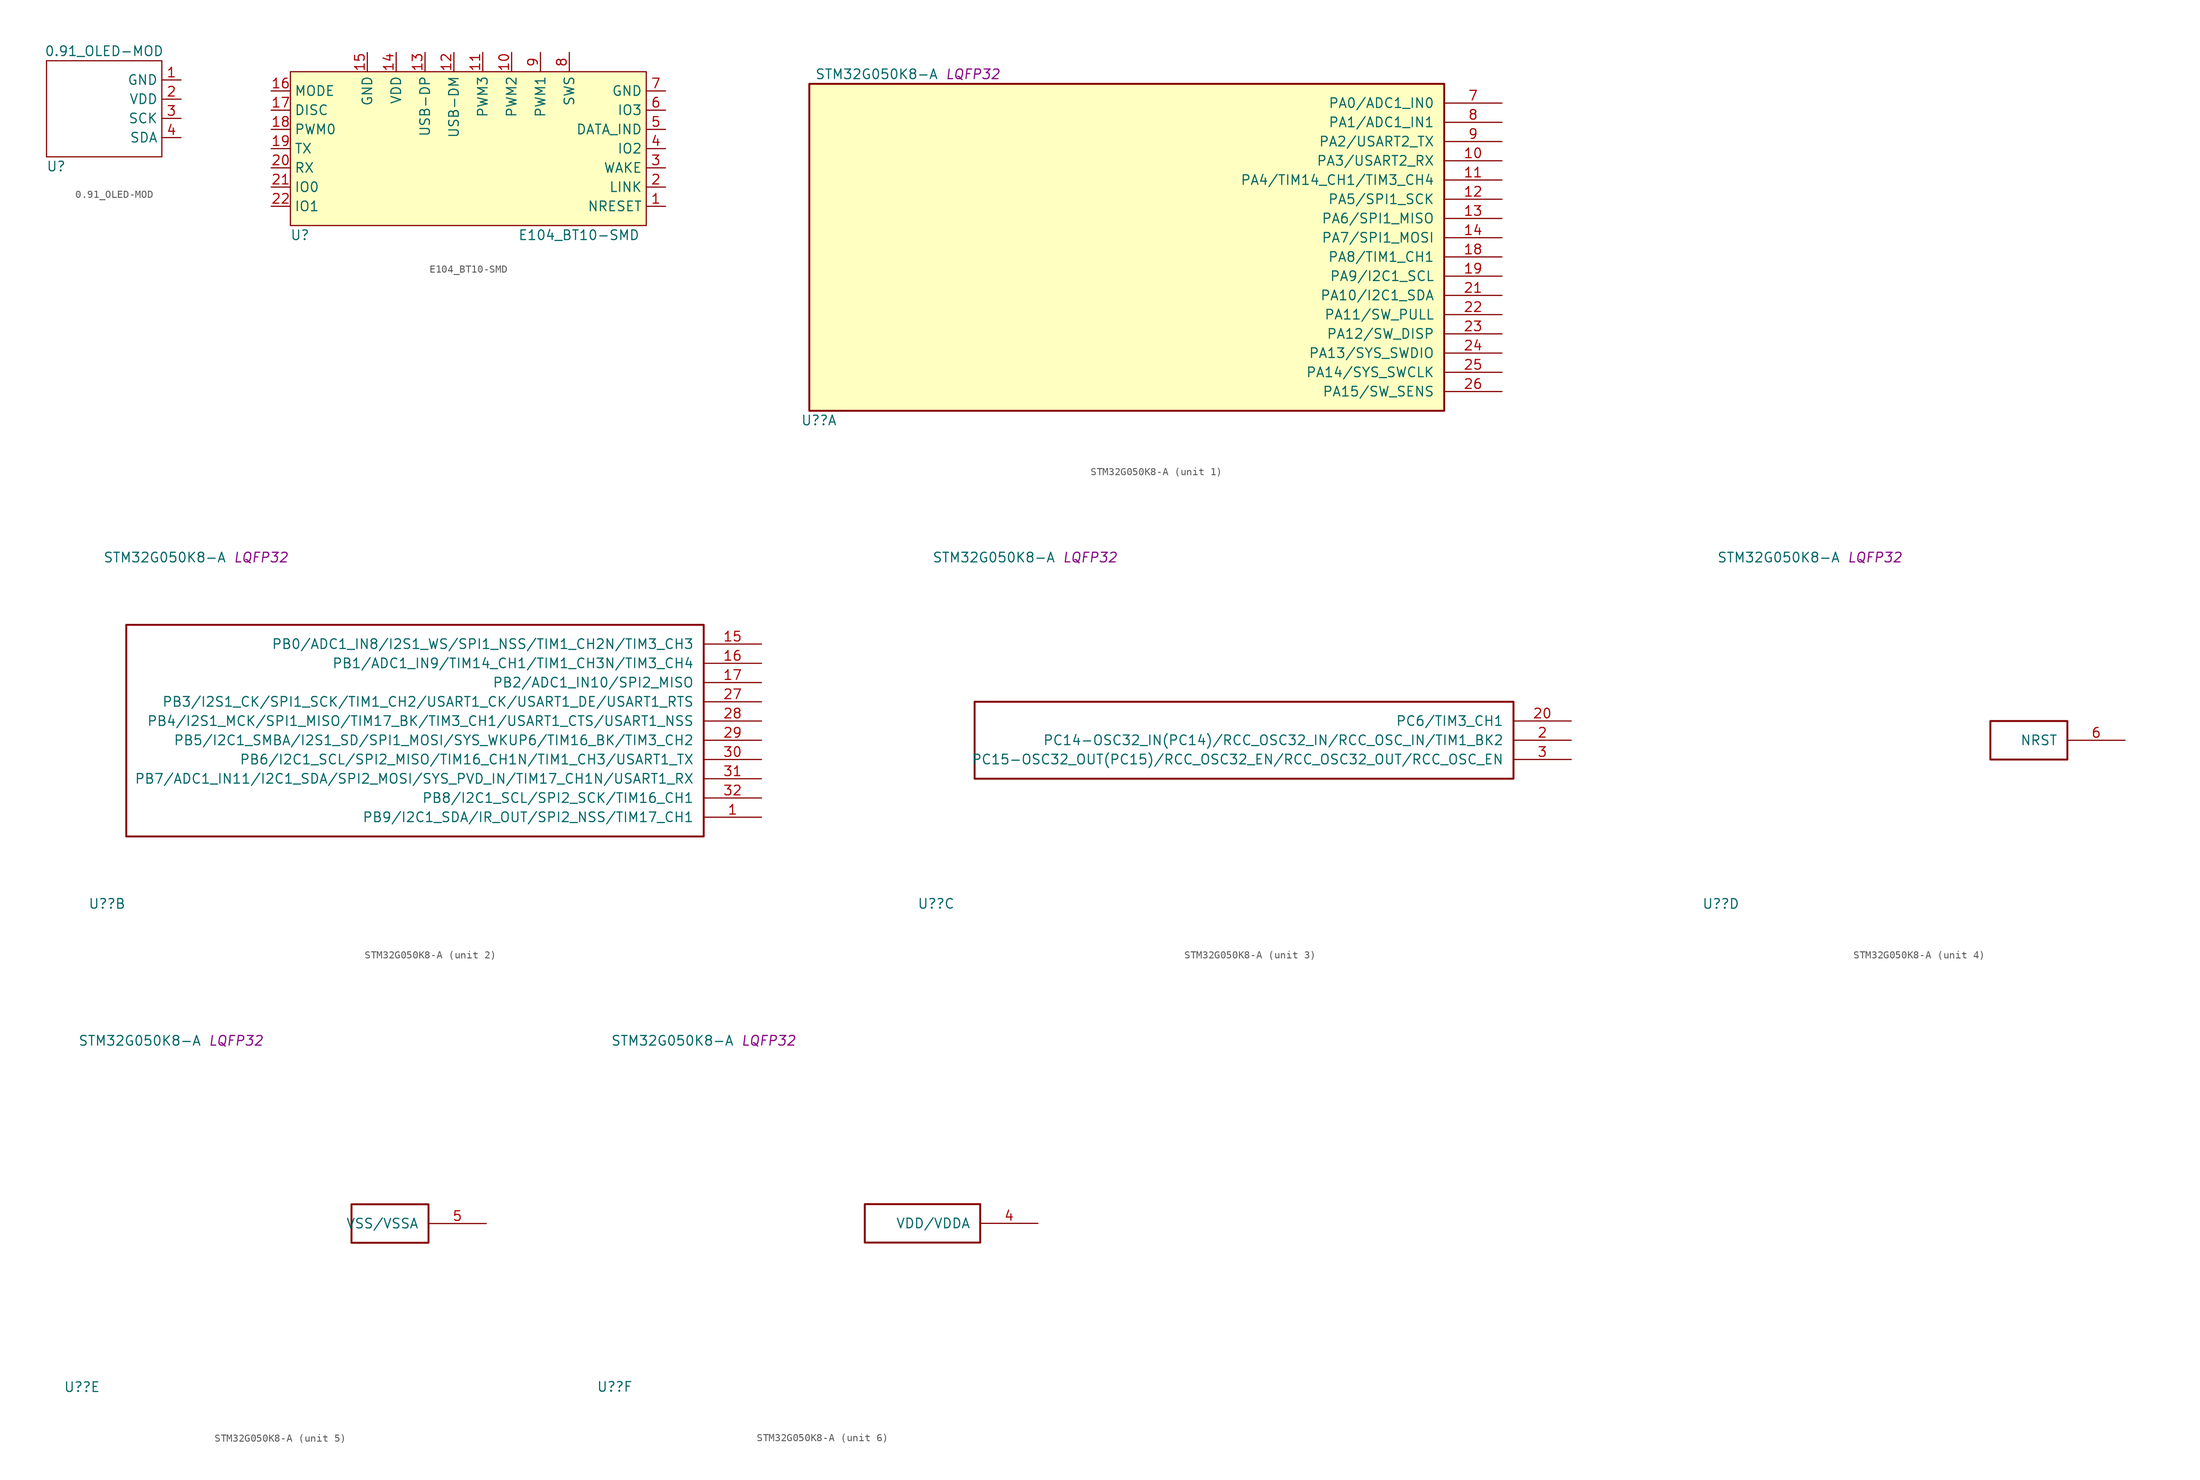
<source format=kicad_sym>
(kicad_symbol_lib
  (version 20211014)
  (generator kicad_symbol_editor)
  (symbol "0.91_OLED-MOD"
    (property "Reference" "U"
      (at -8.89 -8.89 0)
      (effects (font (size 1.27 1.27))))
    (property "Value" "0.91_OLED-MOD"
      (at -2.54 6.35 0)
      (effects (font (size 1.27 1.27))))
    (symbol "0.91_OLED-MOD_0_1"
      (rectangle (start -10.16 5.08) (end 5.08 -7.62) (stroke (width 0) (type default) (color 0 0 0 0)) (fill (type none))))
    (symbol "0.91_OLED-MOD_1_1"
      (pin power_in line (at 7.62 2.54 180) (length 2.54) (name "GND" (effects (font (size 1.27 1.27)))) (number "1" (effects (font (size 1.27 1.27)))))
      (pin power_in line (at 7.62 0 180) (length 2.54) (name "VDD" (effects (font (size 1.27 1.27)))) (number "2" (effects (font (size 1.27 1.27)))))
      (pin input line (at 7.62 -2.54 180) (length 2.54) (name "SCK" (effects (font (size 1.27 1.27)))) (number "3" (effects (font (size 1.27 1.27)))))
      (pin bidirectional line (at 7.62 -5.08 180) (length 2.54) (name "SDA" (effects (font (size 1.27 1.27)))) (number "4" (effects (font (size 1.27 1.27)))))))
  (symbol "E104_BT10-SMD"
    (property "Reference" "U"
      (at -21.59 -12.7 0)
      (effects (font (size 1.27 1.27))))
    (property "Value" "E104_BT10-SMD"
      (at 15.24 -12.7 0)
      (effects (font (size 1.27 1.27))))
    (symbol "E104_BT10-SMD_0_1"
      (rectangle (start -22.86 8.89) (end 24.13 -11.43) (stroke (width 0) (type default) (color 0 0 0 0)) (fill (type background))))
    (symbol "E104_BT10-SMD_1_1"
      (pin input line (at 26.67 -8.89 180) (length 2.54) (name "NRESET" (effects (font (size 1.27 1.27)))) (number "1" (effects (font (size 1.27 1.27)))))
      (pin output line (at 6.35 11.43 270) (length 2.54) (name "PWM2" (effects (font (size 1.27 1.27)))) (number "10" (effects (font (size 1.27 1.27)))))
      (pin output line (at 2.54 11.43 270) (length 2.54) (name "PWM3" (effects (font (size 1.27 1.27)))) (number "11" (effects (font (size 1.27 1.27)))))
      (pin bidirectional line (at -1.27 11.43 270) (length 2.54) (name "USB-DM" (effects (font (size 1.27 1.27)))) (number "12" (effects (font (size 1.27 1.27)))))
      (pin bidirectional line (at -5.08 11.43 270) (length 2.54) (name "USB-DP" (effects (font (size 1.27 1.27)))) (number "13" (effects (font (size 1.27 1.27)))))
      (pin power_in line (at -8.89 11.43 270) (length 2.54) (name "VDD" (effects (font (size 1.27 1.27)))) (number "14" (effects (font (size 1.27 1.27)))))
      (pin power_in line (at -12.7 11.43 270) (length 2.54) (name "GND" (effects (font (size 1.27 1.27)))) (number "15" (effects (font (size 1.27 1.27)))))
      (pin input line (at -25.4 6.35 0) (length 2.54) (name "MODE" (effects (font (size 1.27 1.27)))) (number "16" (effects (font (size 1.27 1.27)))))
      (pin bidirectional line (at -25.4 3.81 0) (length 2.54) (name "DISC" (effects (font (size 1.27 1.27)))) (number "17" (effects (font (size 1.27 1.27)))))
      (pin output line (at -25.4 1.27 0) (length 2.54) (name "PWM0" (effects (font (size 1.27 1.27)))) (number "18" (effects (font (size 1.27 1.27)))))
      (pin output line (at -25.4 -1.27 0) (length 2.54) (name "TX" (effects (font (size 1.27 1.27)))) (number "19" (effects (font (size 1.27 1.27)))))
      (pin output line (at 26.67 -6.35 180) (length 2.54) (name "LINK" (effects (font (size 1.27 1.27)))) (number "2" (effects (font (size 1.27 1.27)))))
      (pin input line (at -25.4 -3.81 0) (length 2.54) (name "RX" (effects (font (size 1.27 1.27)))) (number "20" (effects (font (size 1.27 1.27)))))
      (pin input line (at -25.4 -6.35 0) (length 2.54) (name "IO0" (effects (font (size 1.27 1.27)))) (number "21" (effects (font (size 1.27 1.27)))))
      (pin input line (at -25.4 -8.89 0) (length 2.54) (name "IO1" (effects (font (size 1.27 1.27)))) (number "22" (effects (font (size 1.27 1.27)))))
      (pin input line (at 26.67 -3.81 180) (length 2.54) (name "WAKE" (effects (font (size 1.27 1.27)))) (number "3" (effects (font (size 1.27 1.27)))))
      (pin output line (at 26.67 -1.27 180) (length 2.54) (name "IO2" (effects (font (size 1.27 1.27)))) (number "4" (effects (font (size 1.27 1.27)))))
      (pin output line (at 26.67 1.27 180) (length 2.54) (name "DATA_IND" (effects (font (size 1.27 1.27)))) (number "5" (effects (font (size 1.27 1.27)))))
      (pin output line (at 26.67 3.81 180) (length 2.54) (name "IO3" (effects (font (size 1.27 1.27)))) (number "6" (effects (font (size 1.27 1.27)))))
      (pin power_in line (at 26.67 6.35 180) (length 2.54) (name "GND" (effects (font (size 1.27 1.27)))) (number "7" (effects (font (size 1.27 1.27)))))
      (pin bidirectional line (at 13.97 11.43 270) (length 2.54) (name "SWS" (effects (font (size 1.27 1.27)))) (number "8" (effects (font (size 1.27 1.27)))))
      (pin output line (at 10.16 11.43 270) (length 2.54) (name "PWM1" (effects (font (size 1.27 1.27)))) (number "9" (effects (font (size 1.27 1.27)))))))
  (symbol "STM32G050K8-A"
    (pin_names
      (offset 1.27))
    (property "Reference" "U?"
      (at -40.64 -21.59 0)
      (effects (font (size 1.27 1.27))))
    (property "Value" "STM32G050K8-A"
      (at -33.02 24.13 0)
      (effects (font (size 1.27 1.27))))
    (property "Footprint" "LQFP32"
      (at -20.32 24.13 0)
      (effects (font (size 1.27 1.27) italic)))
    (property "Datasheet" ""
      (at 0 0 0)
      (effects (font (size 1.27 1.27))))
    (symbol "STM32G050K8-A_1_1"
      (rectangle (start -41.91 22.86) (end 41.91 -20.32) (stroke (width 0.254) (type default) (color 0 0 0 0)) (fill (type background)))
      (pin bidirectional line (at 49.53 12.7 180) (length 7.62) (name "PA3/USART2_RX" (effects (font (size 1.27 1.27)))) (number "10" (effects (font (size 1.27 1.27)))))
      (pin bidirectional line (at 49.53 10.16 180) (length 7.62) (name "PA4/TIM14_CH1/TIM3_CH4" (effects (font (size 1.27 1.27)))) (number "11" (effects (font (size 1.27 1.27)))))
      (pin bidirectional line (at 49.53 7.62 180) (length 7.62) (name "PA5/SPI1_SCK" (effects (font (size 1.27 1.27)))) (number "12" (effects (font (size 1.27 1.27)))))
      (pin bidirectional line (at 49.53 5.08 180) (length 7.62) (name "PA6/SPI1_MISO" (effects (font (size 1.27 1.27)))) (number "13" (effects (font (size 1.27 1.27)))))
      (pin bidirectional line (at 49.53 2.54 180) (length 7.62) (name "PA7/SPI1_MOSI" (effects (font (size 1.27 1.27)))) (number "14" (effects (font (size 1.27 1.27)))))
      (pin bidirectional line (at 49.53 0 180) (length 7.62) (name "PA8/TIM1_CH1" (effects (font (size 1.27 1.27)))) (number "18" (effects (font (size 1.27 1.27)))))
      (pin bidirectional line (at 49.53 -2.54 180) (length 7.62) (name "PA9/I2C1_SCL" (effects (font (size 1.27 1.27)))) (number "19" (effects (font (size 1.27 1.27)))))
      (pin bidirectional line (at 49.53 -5.08 180) (length 7.62) (name "PA10/I2C1_SDA" (effects (font (size 1.27 1.27)))) (number "21" (effects (font (size 1.27 1.27)))))
      (pin bidirectional line (at 49.53 -7.62 180) (length 7.62) (name "PA11/SW_PULL" (effects (font (size 1.27 1.27)))) (number "22" (effects (font (size 1.27 1.27)))))
      (pin bidirectional line (at 49.53 -10.16 180) (length 7.62) (name "PA12/SW_DISP" (effects (font (size 1.27 1.27)))) (number "23" (effects (font (size 1.27 1.27)))))
      (pin bidirectional line (at 49.53 -12.7 180) (length 7.62) (name "PA13/SYS_SWDIO" (effects (font (size 1.27 1.27)))) (number "24" (effects (font (size 1.27 1.27)))))
      (pin bidirectional line (at 49.53 -15.24 180) (length 7.62) (name "PA14/SYS_SWCLK" (effects (font (size 1.27 1.27)))) (number "25" (effects (font (size 1.27 1.27)))))
      (pin bidirectional line (at 49.53 -17.78 180) (length 7.62) (name "PA15/SW_SENS" (effects (font (size 1.27 1.27)))) (number "26" (effects (font (size 1.27 1.27)))))
      (pin bidirectional line (at 49.53 20.32 180) (length 7.62) (name "PA0/ADC1_IN0" (effects (font (size 1.27 1.27)))) (number "7" (effects (font (size 1.27 1.27)))))
      (pin bidirectional line (at 49.53 17.78 180) (length 7.62) (name "PA1/ADC1_IN1" (effects (font (size 1.27 1.27)))) (number "8" (effects (font (size 1.27 1.27)))))
      (pin bidirectional line (at 49.53 15.24 180) (length 7.62) (name "PA2/USART2_TX" (effects (font (size 1.27 1.27)))) (number "9" (effects (font (size 1.27 1.27))))))
    (symbol "STM32G050K8-A_2_1"
      (rectangle (start -38.1 15.24) (end 38.1 -12.7) (stroke (width 0.254) (type default) (color 0 0 0 0)) (fill (type none)))
      (pin bidirectional line (at 45.72 -10.16 180) (length 7.62) (name "PB9/I2C1_SDA/IR_OUT/SPI2_NSS/TIM17_CH1" (effects (font (size 1.27 1.27)))) (number "1" (effects (font (size 1.27 1.27)))))
      (pin bidirectional line (at 45.72 12.7 180) (length 7.62) (name "PB0/ADC1_IN8/I2S1_WS/SPI1_NSS/TIM1_CH2N/TIM3_CH3" (effects (font (size 1.27 1.27)))) (number "15" (effects (font (size 1.27 1.27)))))
      (pin bidirectional line (at 45.72 10.16 180) (length 7.62) (name "PB1/ADC1_IN9/TIM14_CH1/TIM1_CH3N/TIM3_CH4" (effects (font (size 1.27 1.27)))) (number "16" (effects (font (size 1.27 1.27)))))
      (pin bidirectional line (at 45.72 7.62 180) (length 7.62) (name "PB2/ADC1_IN10/SPI2_MISO" (effects (font (size 1.27 1.27)))) (number "17" (effects (font (size 1.27 1.27)))))
      (pin bidirectional line (at 45.72 5.08 180) (length 7.62) (name "PB3/I2S1_CK/SPI1_SCK/TIM1_CH2/USART1_CK/USART1_DE/USART1_RTS" (effects (font (size 1.27 1.27)))) (number "27" (effects (font (size 1.27 1.27)))))
      (pin bidirectional line (at 45.72 2.54 180) (length 7.62) (name "PB4/I2S1_MCK/SPI1_MISO/TIM17_BK/TIM3_CH1/USART1_CTS/USART1_NSS" (effects (font (size 1.27 1.27)))) (number "28" (effects (font (size 1.27 1.27)))))
      (pin bidirectional line (at 45.72 0 180) (length 7.62) (name "PB5/I2C1_SMBA/I2S1_SD/SPI1_MOSI/SYS_WKUP6/TIM16_BK/TIM3_CH2" (effects (font (size 1.27 1.27)))) (number "29" (effects (font (size 1.27 1.27)))))
      (pin bidirectional line (at 45.72 -2.54 180) (length 7.62) (name "PB6/I2C1_SCL/SPI2_MISO/TIM16_CH1N/TIM1_CH3/USART1_TX" (effects (font (size 1.27 1.27)))) (number "30" (effects (font (size 1.27 1.27)))))
      (pin bidirectional line (at 45.72 -5.08 180) (length 7.62) (name "PB7/ADC1_IN11/I2C1_SDA/SPI2_MOSI/SYS_PVD_IN/TIM17_CH1N/USART1_RX" (effects (font (size 1.27 1.27)))) (number "31" (effects (font (size 1.27 1.27)))))
      (pin bidirectional line (at 45.72 -7.62 180) (length 7.62) (name "PB8/I2C1_SCL/SPI2_SCK/TIM16_CH1" (effects (font (size 1.27 1.27)))) (number "32" (effects (font (size 1.27 1.27))))))
    (symbol "STM32G050K8-A_3_1"
      (rectangle (start -35.56 5.08) (end 35.56 -5.08) (stroke (width 0.254) (type default) (color 0 0 0 0)) (fill (type none)))
      (pin bidirectional line (at 43.18 0 180) (length 7.62) (name "PC14-OSC32_IN(PC14)/RCC_OSC32_IN/RCC_OSC_IN/TIM1_BK2" (effects (font (size 1.27 1.27)))) (number "2" (effects (font (size 1.27 1.27)))))
      (pin bidirectional line (at 43.18 2.54 180) (length 7.62) (name "PC6/TIM3_CH1" (effects (font (size 1.27 1.27)))) (number "20" (effects (font (size 1.27 1.27)))))
      (pin bidirectional line (at 43.18 -2.54 180) (length 7.62) (name "PC15-OSC32_OUT(PC15)/RCC_OSC32_EN/RCC_OSC32_OUT/RCC_OSC_EN" (effects (font (size 1.27 1.27)))) (number "3" (effects (font (size 1.27 1.27))))))
    (symbol "STM32G050K8-A_4_1"
      (rectangle (start -5.08 2.54) (end 5.08 -2.54) (stroke (width 0.254) (type default) (color 0 0 0 0)) (fill (type none)))
      (pin input line (at 12.7 0 180) (length 7.62) (name "NRST" (effects (font (size 1.27 1.27)))) (number "6" (effects (font (size 1.27 1.27))))))
    (symbol "STM32G050K8-A_5_1"
      (rectangle (start -5.08 2.54) (end 5.08 -2.54) (stroke (width 0.254) (type default) (color 0 0 0 0)) (fill (type none)))
      (pin power_in line (at 12.7 0 180) (length 7.62) (name "VSS/VSSA" (effects (font (size 1.27 1.27)))) (number "5" (effects (font (size 1.27 1.27))))))
    (symbol "STM32G050K8-A_6_1"
      (rectangle (start -7.62 2.54) (end 7.62 -2.54) (stroke (width 0.254) (type default) (color 0 0 0 0)) (fill (type none)))
      (pin power_in line (at 15.24 0 180) (length 7.62) (name "VDD/VDDA" (effects (font (size 1.27 1.27)))) (number "4" (effects (font (size 1.27 1.27))))))))
</source>
